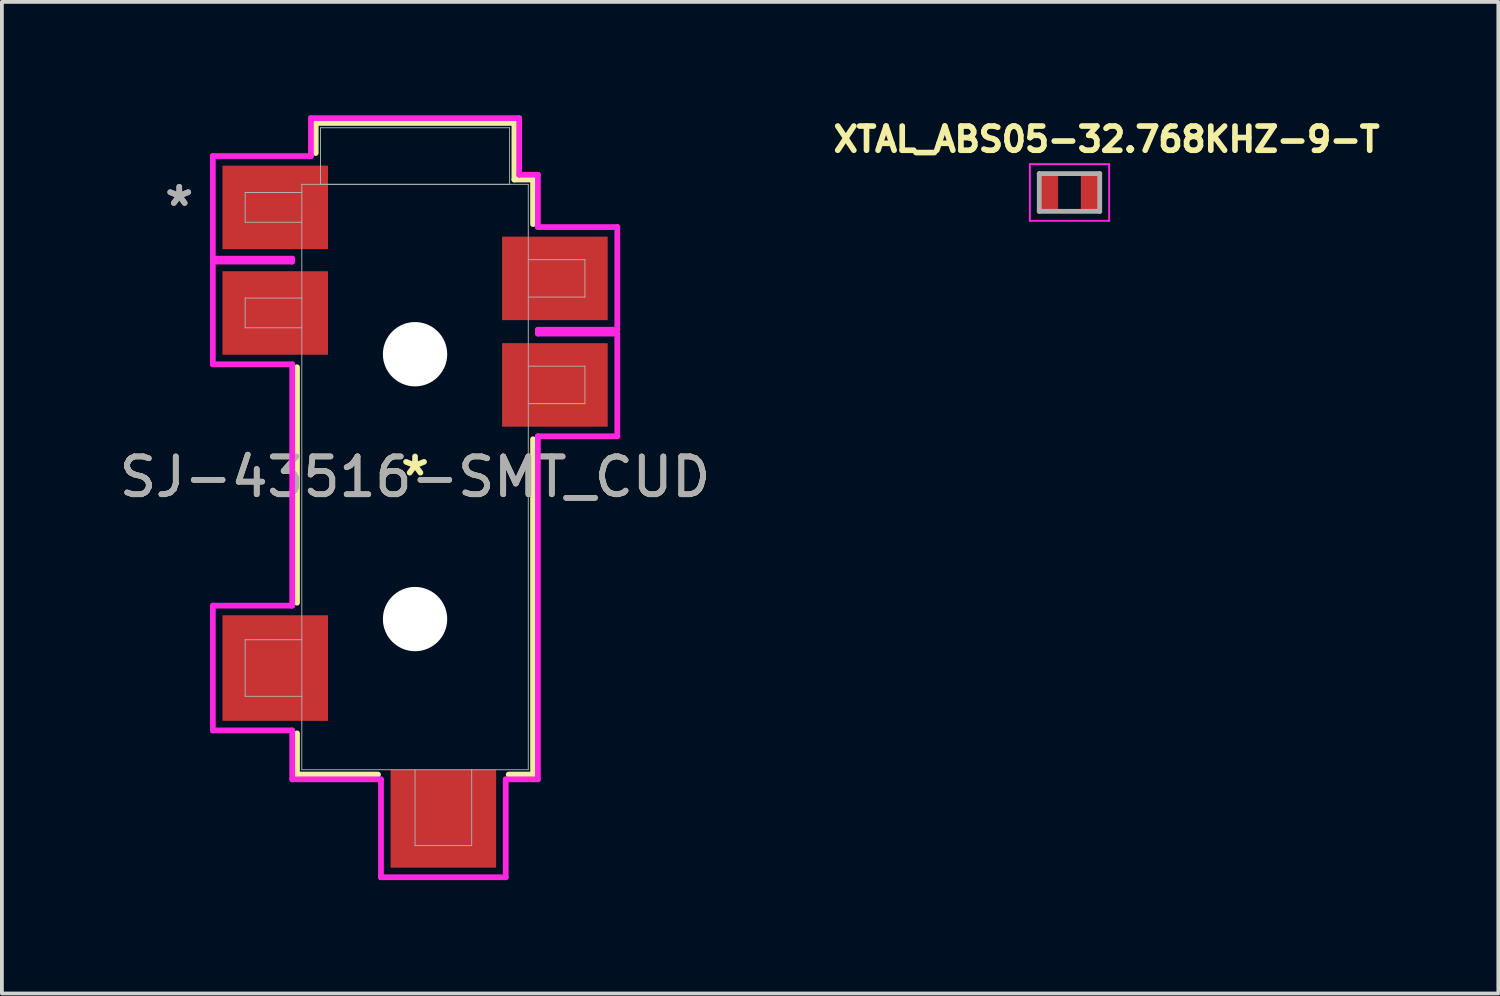
<source format=kicad_pcb>
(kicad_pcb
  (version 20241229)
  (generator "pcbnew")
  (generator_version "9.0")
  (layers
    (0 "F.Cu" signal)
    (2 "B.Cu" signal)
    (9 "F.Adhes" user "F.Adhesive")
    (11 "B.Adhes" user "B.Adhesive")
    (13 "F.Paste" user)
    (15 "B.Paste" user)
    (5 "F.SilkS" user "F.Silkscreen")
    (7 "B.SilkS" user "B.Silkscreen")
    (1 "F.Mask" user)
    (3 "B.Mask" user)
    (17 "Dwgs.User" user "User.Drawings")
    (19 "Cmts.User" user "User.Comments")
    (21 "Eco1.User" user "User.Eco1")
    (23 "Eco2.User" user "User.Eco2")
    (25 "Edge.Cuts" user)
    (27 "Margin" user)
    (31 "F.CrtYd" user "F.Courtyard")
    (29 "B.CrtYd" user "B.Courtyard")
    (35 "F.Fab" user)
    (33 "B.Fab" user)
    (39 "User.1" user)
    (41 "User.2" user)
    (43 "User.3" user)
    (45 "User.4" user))
  (footprint "SJ-43516-SMT_CUD"
    (layer "F.Cu")
    (at 7.935 9.576)
    (property "Reference" "SJ-43516-SMT_CUD" (at 0 0 0) (unlocked yes) (layer "F.SilkS") (effects (font (size 1 1) (thickness 0.15))))
    (attr smd)
    (fp_line (start -3.124 -2.906) (end -3.124 3.325) (stroke (width 0.152) (type solid)) (layer "F.SilkS"))
    (fp_line (start -3.124 6.784) (end -3.124 7.874) (stroke (width 0.152) (type solid)) (layer "F.SilkS"))
    (fp_line (start -3.124 7.874) (end -0.98 7.874) (stroke (width 0.152) (type solid)) (layer "F.SilkS"))
    (fp_line (start -2.629 -9.373) (end -2.629 -8.575) (stroke (width 0.152) (type solid)) (layer "F.SilkS"))
    (fp_line (start 2.479 7.874) (end 3.124 7.874) (stroke (width 0.152) (type solid)) (layer "F.SilkS"))
    (fp_line (start 2.629 -9.373) (end -2.629 -9.373) (stroke (width 0.152) (type solid)) (layer "F.SilkS"))
    (fp_line (start 2.629 -7.874) (end 2.629 -9.373) (stroke (width 0.152) (type solid)) (layer "F.SilkS"))
    (fp_line (start 3.124 -7.874) (end 2.629 -7.874) (stroke (width 0.152) (type solid)) (layer "F.SilkS"))
    (fp_line (start 3.124 -6.695) (end 3.124 -7.874) (stroke (width 0.152) (type solid)) (layer "F.SilkS"))
    (fp_line (start 3.124 7.874) (end 3.124 -1.001) (stroke (width 0.152) (type solid)) (layer "F.SilkS"))
    (fp_line (start -5.352 -8.496) (end -5.352 -5.779) (stroke (width 0.152) (type solid)) (layer "F.CrtYd"))
    (fp_line (start -5.352 -5.779) (end -3.251 -5.779) (stroke (width 0.152) (type solid)) (layer "F.CrtYd"))
    (fp_line (start -5.352 -5.702) (end -5.352 -2.985) (stroke (width 0.152) (type solid)) (layer "F.CrtYd"))
    (fp_line (start -5.352 -2.985) (end -3.251 -2.985) (stroke (width 0.152) (type solid)) (layer "F.CrtYd"))
    (fp_line (start -5.352 3.404) (end -5.352 6.706) (stroke (width 0.152) (type solid)) (layer "F.CrtYd"))
    (fp_line (start -5.352 6.706) (end -3.251 6.706) (stroke (width 0.152) (type solid)) (layer "F.CrtYd"))
    (fp_line (start -3.251 -5.779) (end -3.251 -5.702) (stroke (width 0.152) (type solid)) (layer "F.CrtYd"))
    (fp_line (start -3.251 -5.702) (end -5.352 -5.702) (stroke (width 0.152) (type solid)) (layer "F.CrtYd"))
    (fp_line (start -3.251 -2.985) (end -3.251 3.404) (stroke (width 0.152) (type solid)) (layer "F.CrtYd"))
    (fp_line (start -3.251 3.404) (end -5.352 3.404) (stroke (width 0.152) (type solid)) (layer "F.CrtYd"))
    (fp_line (start -3.251 6.706) (end -3.251 8.001) (stroke (width 0.152) (type solid)) (layer "F.CrtYd"))
    (fp_line (start -3.251 8.001) (end -0.902 8.001) (stroke (width 0.152) (type solid)) (layer "F.CrtYd"))
    (fp_line (start -2.756 -9.5) (end -2.756 -8.496) (stroke (width 0.152) (type solid)) (layer "F.CrtYd"))
    (fp_line (start -2.756 -8.496) (end -5.352 -8.496) (stroke (width 0.152) (type solid)) (layer "F.CrtYd"))
    (fp_line (start -0.902 8.001) (end -0.902 10.592) (stroke (width 0.152) (type solid)) (layer "F.CrtYd"))
    (fp_line (start -0.902 10.592) (end 2.4 10.592) (stroke (width 0.152) (type solid)) (layer "F.CrtYd"))
    (fp_line (start 2.4 8.001) (end 3.251 8.001) (stroke (width 0.152) (type solid)) (layer "F.CrtYd"))
    (fp_line (start 2.4 10.592) (end 2.4 8.001) (stroke (width 0.152) (type solid)) (layer "F.CrtYd"))
    (fp_line (start 2.756 -9.5) (end -2.756 -9.5) (stroke (width 0.152) (type solid)) (layer "F.CrtYd"))
    (fp_line (start 2.756 -8.001) (end 2.756 -9.5) (stroke (width 0.152) (type solid)) (layer "F.CrtYd"))
    (fp_line (start 3.251 -8.001) (end 2.756 -8.001) (stroke (width 0.152) (type solid)) (layer "F.CrtYd"))
    (fp_line (start 3.251 -6.617) (end 3.251 -8.001) (stroke (width 0.152) (type solid)) (layer "F.CrtYd"))
    (fp_line (start 3.251 -3.899) (end 5.352 -3.899) (stroke (width 0.152) (type solid)) (layer "F.CrtYd"))
    (fp_line (start 3.251 -3.797) (end 3.251 -3.899) (stroke (width 0.152) (type solid)) (layer "F.CrtYd"))
    (fp_line (start 3.251 -1.079) (end 5.352 -1.079) (stroke (width 0.152) (type solid)) (layer "F.CrtYd"))
    (fp_line (start 3.251 8.001) (end 3.251 -1.079) (stroke (width 0.152) (type solid)) (layer "F.CrtYd"))
    (fp_line (start 5.352 -6.617) (end 3.251 -6.617) (stroke (width 0.152) (type solid)) (layer "F.CrtYd"))
    (fp_line (start 5.352 -3.899) (end 5.352 -6.617) (stroke (width 0.152) (type solid)) (layer "F.CrtYd"))
    (fp_line (start 5.352 -3.797) (end 3.251 -3.797) (stroke (width 0.152) (type solid)) (layer "F.CrtYd"))
    (fp_line (start 5.352 -1.079) (end 5.352 -3.797) (stroke (width 0.152) (type solid)) (layer "F.CrtYd"))
    (fp_line (start -4.496 -7.531) (end -2.997 -7.531) (stroke (width 0.025) (type solid)) (layer "F.Fab"))
    (fp_line (start -4.496 -6.744) (end -4.496 -7.531) (stroke (width 0.025) (type solid)) (layer "F.Fab"))
    (fp_line (start -4.496 -4.737) (end -4.496 -3.95) (stroke (width 0.025) (type solid)) (layer "F.Fab"))
    (fp_line (start -4.496 -3.95) (end -2.997 -3.95) (stroke (width 0.025) (type solid)) (layer "F.Fab"))
    (fp_line (start -4.496 4.305) (end -4.496 5.804) (stroke (width 0.025) (type solid)) (layer "F.Fab"))
    (fp_line (start -4.496 5.804) (end -2.997 5.804) (stroke (width 0.025) (type solid)) (layer "F.Fab"))
    (fp_line (start -2.997 -7.747) (end -2.997 7.747) (stroke (width 0.025) (type solid)) (layer "F.Fab"))
    (fp_line (start -2.997 -6.744) (end -4.496 -6.744) (stroke (width 0.025) (type solid)) (layer "F.Fab"))
    (fp_line (start -2.997 -4.737) (end -4.496 -4.737) (stroke (width 0.025) (type solid)) (layer "F.Fab"))
    (fp_line (start -2.997 4.305) (end -4.496 4.305) (stroke (width 0.025) (type solid)) (layer "F.Fab"))
    (fp_line (start -2.997 7.747) (end 2.997 7.747) (stroke (width 0.025) (type solid)) (layer "F.Fab"))
    (fp_line (start -2.502 -9.246) (end -2.502 -7.747) (stroke (width 0.025) (type solid)) (layer "F.Fab"))
    (fp_line (start -2.502 -7.747) (end 2.502 -7.747) (stroke (width 0.025) (type solid)) (layer "F.Fab"))
    (fp_line (start 0 7.747) (end 0 9.754) (stroke (width 0.025) (type solid)) (layer "F.Fab"))
    (fp_line (start 0 9.754) (end 1.499 9.754) (stroke (width 0.025) (type solid)) (layer "F.Fab"))
    (fp_line (start 1.499 9.754) (end 1.499 7.747) (stroke (width 0.025) (type solid)) (layer "F.Fab"))
    (fp_line (start 2.502 -9.246) (end -2.502 -9.246) (stroke (width 0.025) (type solid)) (layer "F.Fab"))
    (fp_line (start 2.502 -7.747) (end 2.502 -9.246) (stroke (width 0.025) (type solid)) (layer "F.Fab"))
    (fp_line (start 2.997 -7.747) (end -2.997 -7.747) (stroke (width 0.025) (type solid)) (layer "F.Fab"))
    (fp_line (start 2.997 -5.753) (end 4.496 -5.753) (stroke (width 0.025) (type solid)) (layer "F.Fab"))
    (fp_line (start 2.997 -2.934) (end 4.496 -2.934) (stroke (width 0.025) (type solid)) (layer "F.Fab"))
    (fp_line (start 2.997 7.747) (end 2.997 -7.747) (stroke (width 0.025) (type solid)) (layer "F.Fab"))
    (fp_line (start 4.496 -5.753) (end 4.496 -4.763) (stroke (width 0.025) (type solid)) (layer "F.Fab"))
    (fp_line (start 4.496 -4.763) (end 2.997 -4.763) (stroke (width 0.025) (type solid)) (layer "F.Fab"))
    (fp_line (start 4.496 -2.934) (end 4.496 -1.943) (stroke (width 0.025) (type solid)) (layer "F.Fab"))
    (fp_line (start 4.496 -1.943) (end 2.997 -1.943) (stroke (width 0.025) (type solid)) (layer "F.Fab"))
    (fp_text user "*" (at 0 0 0) (layer "F.SilkS") (effects (font (size 1 1) (thickness 0.15))))
    (fp_text user "*" (at -6.241 -7.137 0) (unlocked yes) (layer "F.Fab") (effects (font (size 1 1) (thickness 0.15))))
    (fp_text user "${REFERENCE}" (at 0 0 0) (unlocked yes) (layer "F.Fab") (effects (font (size 1 1) (thickness 0.15))))
    (fp_text user "*" (at -6.241 -7.137 0) (layer "F.Fab") (effects (font (size 1 1) (thickness 0.15))))
    (pad "" np_thru_hole circle (at 0 -3.251) (size 1.702 1.702) (drill 1.702) (layers "*.Cu" "*.Mask"))
    (pad "" np_thru_hole circle (at 0 3.759) (size 1.702 1.702) (drill 1.702) (layers "*.Cu" "*.Mask"))
    (pad "1" smd rect (at -3.701 -7.137) (size 2.794 2.21) (layers "F.Cu" "F.Mask" "F.Paste"))
    (pad "2" smd rect (at -3.701 5.055) (size 2.794 2.794) (layers "F.Cu" "F.Mask" "F.Paste"))
    (pad "3" smd rect (at 3.701 -2.438) (size 2.794 2.21) (layers "F.Cu" "F.Mask" "F.Paste"))
    (pad "4" smd rect (at -3.701 -4.343) (size 2.794 2.21) (layers "F.Cu" "F.Mask" "F.Paste"))
    (pad "5" smd rect (at 0.749 9.042) (size 2.794 2.591) (layers "F.Cu" "F.Mask" "F.Paste"))
    (pad "6" smd rect (at 3.701 -5.258) (size 2.794 2.21) (layers "F.Cu" "F.Mask" "F.Paste")))
  (footprint "XTAL_ABS05-32.768KHZ-9-T"
    (layer "F.Cu")
    (at 25.256 2.044)
    (property "Reference" "XTAL_ABS05-32.768KHZ-9-T" (at 0.982 -1.406 0) (layer "F.SilkS") (effects (font (size 0.64 0.64) (thickness 0.15))))
    (attr smd)
    (fp_line (start -1.05 -0.75) (end -1.05 0.75) (stroke (width 0.05) (type solid)) (layer "F.CrtYd"))
    (fp_line (start -1.05 0.75) (end 1.05 0.75) (stroke (width 0.05) (type solid)) (layer "F.CrtYd"))
    (fp_line (start 1.05 -0.75) (end -1.05 -0.75) (stroke (width 0.05) (type solid)) (layer "F.CrtYd"))
    (fp_line (start 1.05 0.75) (end 1.05 -0.75) (stroke (width 0.05) (type solid)) (layer "F.CrtYd"))
    (fp_line (start -0.8 -0.5) (end -0.8 0.5) (stroke (width 0.127) (type solid)) (layer "F.Fab"))
    (fp_line (start -0.8 -0.5) (end 0.8 -0.5) (stroke (width 0.127) (type solid)) (layer "F.Fab"))
    (fp_line (start -0.8 0.5) (end 0.8 0.5) (stroke (width 0.127) (type solid)) (layer "F.Fab"))
    (fp_line (start 0.8 -0.5) (end 0.8 0.5) (stroke (width 0.127) (type solid)) (layer "F.Fab"))
    (pad "1" smd rect (at -0.55 0) (size 0.5 1) (layers "F.Cu" "F.Mask" "F.Paste"))
    (pad "2" smd rect (at 0.55 0) (size 0.5 1) (layers "F.Cu" "F.Mask" "F.Paste")))
  (gr_rect
    (start -3 -3)
    (end 36.606 23.244)
    (stroke (width 0.1) (type default))
    (fill no)
    (layer "Edge.Cuts")))
</source>
